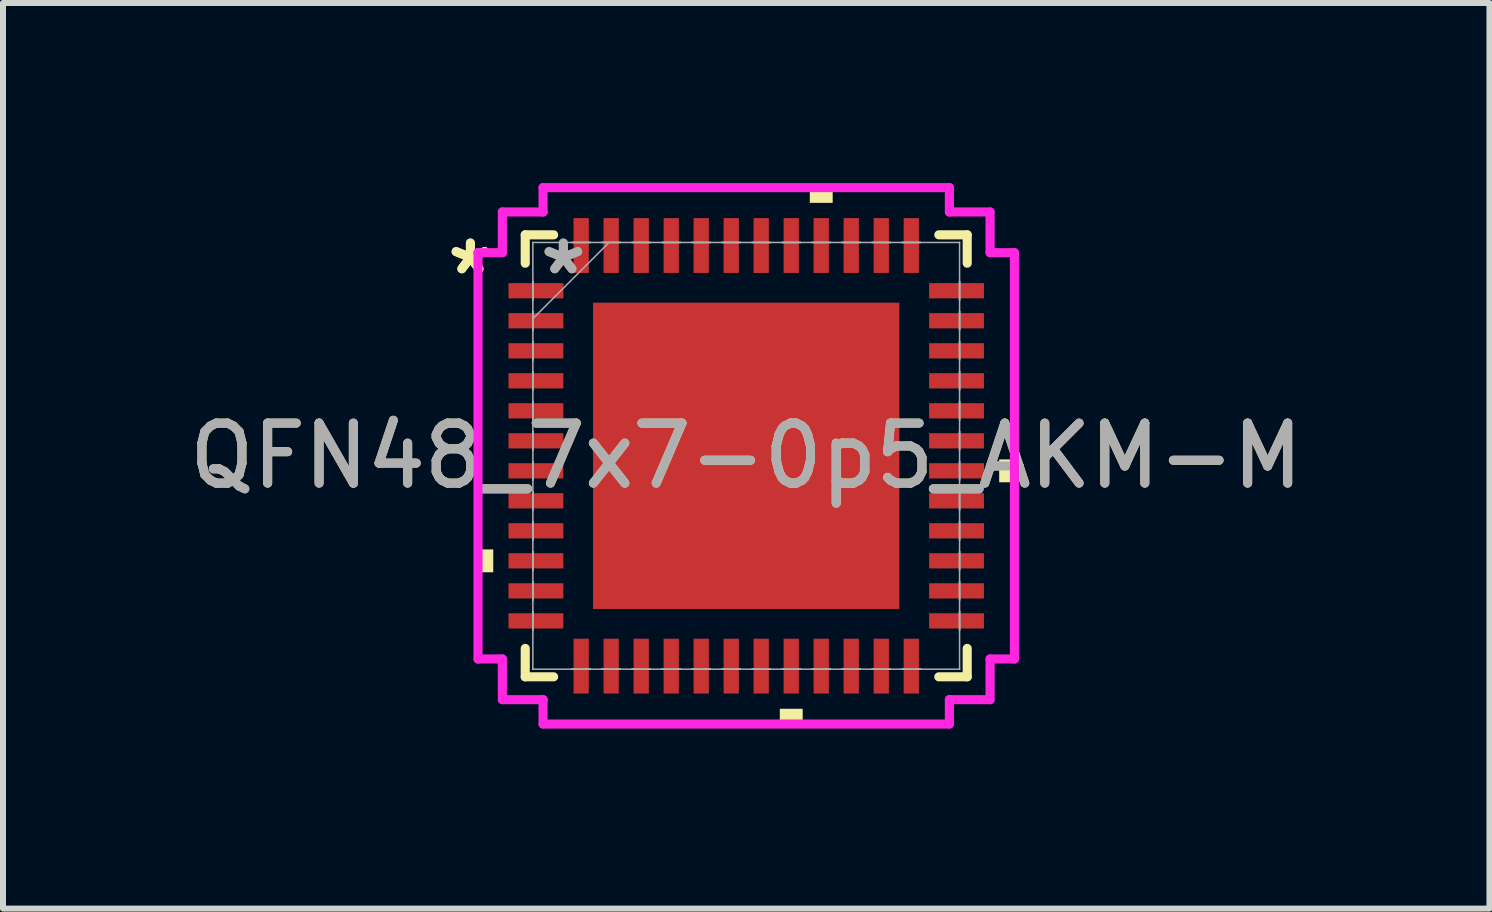
<source format=kicad_pcb>
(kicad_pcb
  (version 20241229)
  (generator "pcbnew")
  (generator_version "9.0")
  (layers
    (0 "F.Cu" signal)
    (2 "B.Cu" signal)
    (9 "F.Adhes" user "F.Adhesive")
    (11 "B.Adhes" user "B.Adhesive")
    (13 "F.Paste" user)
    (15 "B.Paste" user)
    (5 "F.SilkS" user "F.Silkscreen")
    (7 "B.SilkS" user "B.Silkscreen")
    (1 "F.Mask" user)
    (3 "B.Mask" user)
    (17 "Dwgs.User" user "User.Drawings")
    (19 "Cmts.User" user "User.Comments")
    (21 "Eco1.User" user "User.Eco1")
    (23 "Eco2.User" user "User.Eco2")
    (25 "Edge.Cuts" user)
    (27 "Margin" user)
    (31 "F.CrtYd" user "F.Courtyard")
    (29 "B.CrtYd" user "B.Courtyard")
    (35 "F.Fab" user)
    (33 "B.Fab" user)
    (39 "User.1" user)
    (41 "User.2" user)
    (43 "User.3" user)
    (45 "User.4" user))
  (footprint "QFN48_7x7-0p5_AKM-M"
    (layer "F.Cu")
    (at 9.387 4.547)
    (property "Reference" "QFN48_7x7-0p5_AKM-M" (at 0 0 0) (unlocked yes) (layer "F.SilkS") (effects (font (size 1 1) (thickness 0.15))))
    (attr smd)
    (fp_line (start -3.683 -3.683) (end -3.683 -3.21) (stroke (width 0.152) (type solid)) (layer "F.SilkS"))
    (fp_line (start -3.683 3.21) (end -3.683 3.683) (stroke (width 0.152) (type solid)) (layer "F.SilkS"))
    (fp_line (start -3.683 3.683) (end -3.21 3.683) (stroke (width 0.152) (type solid)) (layer "F.SilkS"))
    (fp_line (start -3.21 -3.683) (end -3.683 -3.683) (stroke (width 0.152) (type solid)) (layer "F.SilkS"))
    (fp_line (start 3.21 3.683) (end 3.683 3.683) (stroke (width 0.152) (type solid)) (layer "F.SilkS"))
    (fp_line (start 3.683 -3.683) (end 3.21 -3.683) (stroke (width 0.152) (type solid)) (layer "F.SilkS"))
    (fp_line (start 3.683 -3.21) (end 3.683 -3.683) (stroke (width 0.152) (type solid)) (layer "F.SilkS"))
    (fp_line (start 3.683 3.683) (end 3.683 3.21) (stroke (width 0.152) (type solid)) (layer "F.SilkS"))
    (fp_poly (pts (xy -4.47 1.56) (xy -4.47 1.941) (xy -4.216 1.941) (xy -4.216 1.56)) (stroke (width 0) (type solid)) (fill yes) (layer "F.SilkS"))
    (fp_poly (pts (xy 0.56 4.216) (xy 0.56 4.47) (xy 0.941 4.47) (xy 0.941 4.216)) (stroke (width 0) (type solid)) (fill yes) (layer "F.SilkS"))
    (fp_poly (pts (xy 1.06 -4.216) (xy 1.06 -4.47) (xy 1.441 -4.47) (xy 1.441 -4.216)) (stroke (width 0) (type solid)) (fill yes) (layer "F.SilkS"))
    (fp_poly (pts (xy 4.47 0.06) (xy 4.47 0.441) (xy 4.216 0.441) (xy 4.216 0.06)) (stroke (width 0) (type solid)) (fill yes) (layer "F.SilkS"))
    (fp_poly (pts (xy -2.453 -2.453) (xy -2.453 -1.376) (xy -1.376 -1.376) (xy -1.376 -2.453)) (stroke (width 0) (type solid)) (fill yes) (layer "F.Paste"))
    (fp_poly (pts (xy -2.453 -1.176) (xy -2.453 -0.1) (xy -1.376 -0.1) (xy -1.376 -1.176)) (stroke (width 0) (type solid)) (fill yes) (layer "F.Paste"))
    (fp_poly (pts (xy -2.453 0.1) (xy -2.453 1.176) (xy -1.376 1.176) (xy -1.376 0.1)) (stroke (width 0) (type solid)) (fill yes) (layer "F.Paste"))
    (fp_poly (pts (xy -2.453 1.376) (xy -2.453 2.453) (xy -1.376 2.453) (xy -1.376 1.376)) (stroke (width 0) (type solid)) (fill yes) (layer "F.Paste"))
    (fp_poly (pts (xy -1.176 -2.453) (xy -1.176 -1.376) (xy -0.1 -1.376) (xy -0.1 -2.453)) (stroke (width 0) (type solid)) (fill yes) (layer "F.Paste"))
    (fp_poly (pts (xy -1.176 -1.176) (xy -1.176 -0.1) (xy -0.1 -0.1) (xy -0.1 -1.176)) (stroke (width 0) (type solid)) (fill yes) (layer "F.Paste"))
    (fp_poly (pts (xy -1.176 0.1) (xy -1.176 1.176) (xy -0.1 1.176) (xy -0.1 0.1)) (stroke (width 0) (type solid)) (fill yes) (layer "F.Paste"))
    (fp_poly (pts (xy -1.176 1.376) (xy -1.176 2.453) (xy -0.1 2.453) (xy -0.1 1.376)) (stroke (width 0) (type solid)) (fill yes) (layer "F.Paste"))
    (fp_poly (pts (xy 0.1 -2.453) (xy 0.1 -1.376) (xy 1.176 -1.376) (xy 1.176 -2.453)) (stroke (width 0) (type solid)) (fill yes) (layer "F.Paste"))
    (fp_poly (pts (xy 0.1 -1.176) (xy 0.1 -0.1) (xy 1.176 -0.1) (xy 1.176 -1.176)) (stroke (width 0) (type solid)) (fill yes) (layer "F.Paste"))
    (fp_poly (pts (xy 0.1 0.1) (xy 0.1 1.176) (xy 1.176 1.176) (xy 1.176 0.1)) (stroke (width 0) (type solid)) (fill yes) (layer "F.Paste"))
    (fp_poly (pts (xy 0.1 1.376) (xy 0.1 2.453) (xy 1.176 2.453) (xy 1.176 1.376)) (stroke (width 0) (type solid)) (fill yes) (layer "F.Paste"))
    (fp_poly (pts (xy 1.376 -2.453) (xy 1.376 -1.376) (xy 2.453 -1.376) (xy 2.453 -2.453)) (stroke (width 0) (type solid)) (fill yes) (layer "F.Paste"))
    (fp_poly (pts (xy 1.376 -1.176) (xy 1.376 -0.1) (xy 2.453 -0.1) (xy 2.453 -1.176)) (stroke (width 0) (type solid)) (fill yes) (layer "F.Paste"))
    (fp_poly (pts (xy 1.376 0.1) (xy 1.376 1.176) (xy 2.453 1.176) (xy 2.453 0.1)) (stroke (width 0) (type solid)) (fill yes) (layer "F.Paste"))
    (fp_poly (pts (xy 1.376 1.376) (xy 1.376 2.453) (xy 2.453 2.453) (xy 2.453 1.376)) (stroke (width 0) (type solid)) (fill yes) (layer "F.Paste"))
    (fp_line (start -4.47 -3.386) (end -4.064 -3.386) (stroke (width 0.152) (type solid)) (layer "F.CrtYd"))
    (fp_line (start -4.47 3.386) (end -4.47 -3.386) (stroke (width 0.152) (type solid)) (layer "F.CrtYd"))
    (fp_line (start -4.064 -4.064) (end -3.386 -4.064) (stroke (width 0.152) (type solid)) (layer "F.CrtYd"))
    (fp_line (start -4.064 -3.386) (end -4.064 -4.064) (stroke (width 0.152) (type solid)) (layer "F.CrtYd"))
    (fp_line (start -4.064 3.386) (end -4.47 3.386) (stroke (width 0.152) (type solid)) (layer "F.CrtYd"))
    (fp_line (start -4.064 4.064) (end -4.064 3.386) (stroke (width 0.152) (type solid)) (layer "F.CrtYd"))
    (fp_line (start -3.386 -4.47) (end 3.386 -4.47) (stroke (width 0.152) (type solid)) (layer "F.CrtYd"))
    (fp_line (start -3.386 -4.064) (end -3.386 -4.47) (stroke (width 0.152) (type solid)) (layer "F.CrtYd"))
    (fp_line (start -3.386 4.064) (end -4.064 4.064) (stroke (width 0.152) (type solid)) (layer "F.CrtYd"))
    (fp_line (start -3.386 4.47) (end -3.386 4.064) (stroke (width 0.152) (type solid)) (layer "F.CrtYd"))
    (fp_line (start 3.386 -4.47) (end 3.386 -4.064) (stroke (width 0.152) (type solid)) (layer "F.CrtYd"))
    (fp_line (start 3.386 -4.064) (end 4.064 -4.064) (stroke (width 0.152) (type solid)) (layer "F.CrtYd"))
    (fp_line (start 3.386 4.064) (end 3.386 4.47) (stroke (width 0.152) (type solid)) (layer "F.CrtYd"))
    (fp_line (start 3.386 4.47) (end -3.386 4.47) (stroke (width 0.152) (type solid)) (layer "F.CrtYd"))
    (fp_line (start 4.064 -4.064) (end 4.064 -3.386) (stroke (width 0.152) (type solid)) (layer "F.CrtYd"))
    (fp_line (start 4.064 -3.386) (end 4.47 -3.386) (stroke (width 0.152) (type solid)) (layer "F.CrtYd"))
    (fp_line (start 4.064 3.386) (end 4.064 4.064) (stroke (width 0.152) (type solid)) (layer "F.CrtYd"))
    (fp_line (start 4.064 4.064) (end 3.386 4.064) (stroke (width 0.152) (type solid)) (layer "F.CrtYd"))
    (fp_line (start 4.47 -3.386) (end 4.47 3.386) (stroke (width 0.152) (type solid)) (layer "F.CrtYd"))
    (fp_line (start 4.47 3.386) (end 4.064 3.386) (stroke (width 0.152) (type solid)) (layer "F.CrtYd"))
    (fp_line (start -3.556 -3.556) (end -3.556 -3.556) (stroke (width 0.025) (type solid)) (layer "F.Fab"))
    (fp_line (start -3.556 -3.556) (end -3.556 3.556) (stroke (width 0.025) (type solid)) (layer "F.Fab"))
    (fp_line (start -3.556 -2.903) (end -3.556 -2.903) (stroke (width 0.025) (type solid)) (layer "F.Fab"))
    (fp_line (start -3.556 -2.903) (end -3.556 -2.598) (stroke (width 0.025) (type solid)) (layer "F.Fab"))
    (fp_line (start -3.556 -2.598) (end -3.556 -2.903) (stroke (width 0.025) (type solid)) (layer "F.Fab"))
    (fp_line (start -3.556 -2.598) (end -3.556 -2.598) (stroke (width 0.025) (type solid)) (layer "F.Fab"))
    (fp_line (start -3.556 -2.403) (end -3.556 -2.403) (stroke (width 0.025) (type solid)) (layer "F.Fab"))
    (fp_line (start -3.556 -2.403) (end -3.556 -2.098) (stroke (width 0.025) (type solid)) (layer "F.Fab"))
    (fp_line (start -3.556 -2.286) (end -2.286 -3.556) (stroke (width 0.025) (type solid)) (layer "F.Fab"))
    (fp_line (start -3.556 -2.098) (end -3.556 -2.403) (stroke (width 0.025) (type solid)) (layer "F.Fab"))
    (fp_line (start -3.556 -2.098) (end -3.556 -2.098) (stroke (width 0.025) (type solid)) (layer "F.Fab"))
    (fp_line (start -3.556 -1.903) (end -3.556 -1.903) (stroke (width 0.025) (type solid)) (layer "F.Fab"))
    (fp_line (start -3.556 -1.903) (end -3.556 -1.598) (stroke (width 0.025) (type solid)) (layer "F.Fab"))
    (fp_line (start -3.556 -1.598) (end -3.556 -1.903) (stroke (width 0.025) (type solid)) (layer "F.Fab"))
    (fp_line (start -3.556 -1.598) (end -3.556 -1.598) (stroke (width 0.025) (type solid)) (layer "F.Fab"))
    (fp_line (start -3.556 -1.403) (end -3.556 -1.403) (stroke (width 0.025) (type solid)) (layer "F.Fab"))
    (fp_line (start -3.556 -1.403) (end -3.556 -1.098) (stroke (width 0.025) (type solid)) (layer "F.Fab"))
    (fp_line (start -3.556 -1.098) (end -3.556 -1.403) (stroke (width 0.025) (type solid)) (layer "F.Fab"))
    (fp_line (start -3.556 -1.098) (end -3.556 -1.098) (stroke (width 0.025) (type solid)) (layer "F.Fab"))
    (fp_line (start -3.556 -0.903) (end -3.556 -0.903) (stroke (width 0.025) (type solid)) (layer "F.Fab"))
    (fp_line (start -3.556 -0.903) (end -3.556 -0.598) (stroke (width 0.025) (type solid)) (layer "F.Fab"))
    (fp_line (start -3.556 -0.598) (end -3.556 -0.903) (stroke (width 0.025) (type solid)) (layer "F.Fab"))
    (fp_line (start -3.556 -0.598) (end -3.556 -0.598) (stroke (width 0.025) (type solid)) (layer "F.Fab"))
    (fp_line (start -3.556 -0.402) (end -3.556 -0.402) (stroke (width 0.025) (type solid)) (layer "F.Fab"))
    (fp_line (start -3.556 -0.402) (end -3.556 -0.098) (stroke (width 0.025) (type solid)) (layer "F.Fab"))
    (fp_line (start -3.556 -0.098) (end -3.556 -0.402) (stroke (width 0.025) (type solid)) (layer "F.Fab"))
    (fp_line (start -3.556 -0.098) (end -3.556 -0.098) (stroke (width 0.025) (type solid)) (layer "F.Fab"))
    (fp_line (start -3.556 0.098) (end -3.556 0.098) (stroke (width 0.025) (type solid)) (layer "F.Fab"))
    (fp_line (start -3.556 0.098) (end -3.556 0.402) (stroke (width 0.025) (type solid)) (layer "F.Fab"))
    (fp_line (start -3.556 0.402) (end -3.556 0.098) (stroke (width 0.025) (type solid)) (layer "F.Fab"))
    (fp_line (start -3.556 0.402) (end -3.556 0.402) (stroke (width 0.025) (type solid)) (layer "F.Fab"))
    (fp_line (start -3.556 0.598) (end -3.556 0.598) (stroke (width 0.025) (type solid)) (layer "F.Fab"))
    (fp_line (start -3.556 0.598) (end -3.556 0.903) (stroke (width 0.025) (type solid)) (layer "F.Fab"))
    (fp_line (start -3.556 0.903) (end -3.556 0.598) (stroke (width 0.025) (type solid)) (layer "F.Fab"))
    (fp_line (start -3.556 0.903) (end -3.556 0.903) (stroke (width 0.025) (type solid)) (layer "F.Fab"))
    (fp_line (start -3.556 1.098) (end -3.556 1.098) (stroke (width 0.025) (type solid)) (layer "F.Fab"))
    (fp_line (start -3.556 1.098) (end -3.556 1.403) (stroke (width 0.025) (type solid)) (layer "F.Fab"))
    (fp_line (start -3.556 1.403) (end -3.556 1.098) (stroke (width 0.025) (type solid)) (layer "F.Fab"))
    (fp_line (start -3.556 1.403) (end -3.556 1.403) (stroke (width 0.025) (type solid)) (layer "F.Fab"))
    (fp_line (start -3.556 1.598) (end -3.556 1.598) (stroke (width 0.025) (type solid)) (layer "F.Fab"))
    (fp_line (start -3.556 1.598) (end -3.556 1.903) (stroke (width 0.025) (type solid)) (layer "F.Fab"))
    (fp_line (start -3.556 1.903) (end -3.556 1.598) (stroke (width 0.025) (type solid)) (layer "F.Fab"))
    (fp_line (start -3.556 1.903) (end -3.556 1.903) (stroke (width 0.025) (type solid)) (layer "F.Fab"))
    (fp_line (start -3.556 2.098) (end -3.556 2.098) (stroke (width 0.025) (type solid)) (layer "F.Fab"))
    (fp_line (start -3.556 2.098) (end -3.556 2.403) (stroke (width 0.025) (type solid)) (layer "F.Fab"))
    (fp_line (start -3.556 2.403) (end -3.556 2.098) (stroke (width 0.025) (type solid)) (layer "F.Fab"))
    (fp_line (start -3.556 2.403) (end -3.556 2.403) (stroke (width 0.025) (type solid)) (layer "F.Fab"))
    (fp_line (start -3.556 2.598) (end -3.556 2.598) (stroke (width 0.025) (type solid)) (layer "F.Fab"))
    (fp_line (start -3.556 2.598) (end -3.556 2.903) (stroke (width 0.025) (type solid)) (layer "F.Fab"))
    (fp_line (start -3.556 2.903) (end -3.556 2.598) (stroke (width 0.025) (type solid)) (layer "F.Fab"))
    (fp_line (start -3.556 2.903) (end -3.556 2.903) (stroke (width 0.025) (type solid)) (layer "F.Fab"))
    (fp_line (start -3.556 3.556) (end -3.556 3.556) (stroke (width 0.025) (type solid)) (layer "F.Fab"))
    (fp_line (start -3.556 3.556) (end 3.556 3.556) (stroke (width 0.025) (type solid)) (layer "F.Fab"))
    (fp_line (start -2.903 -3.556) (end -2.903 -3.556) (stroke (width 0.025) (type solid)) (layer "F.Fab"))
    (fp_line (start -2.903 -3.556) (end -2.598 -3.556) (stroke (width 0.025) (type solid)) (layer "F.Fab"))
    (fp_line (start -2.903 3.556) (end -2.903 3.556) (stroke (width 0.025) (type solid)) (layer "F.Fab"))
    (fp_line (start -2.903 3.556) (end -2.598 3.556) (stroke (width 0.025) (type solid)) (layer "F.Fab"))
    (fp_line (start -2.598 -3.556) (end -2.903 -3.556) (stroke (width 0.025) (type solid)) (layer "F.Fab"))
    (fp_line (start -2.598 -3.556) (end -2.598 -3.556) (stroke (width 0.025) (type solid)) (layer "F.Fab"))
    (fp_line (start -2.598 3.556) (end -2.903 3.556) (stroke (width 0.025) (type solid)) (layer "F.Fab"))
    (fp_line (start -2.598 3.556) (end -2.598 3.556) (stroke (width 0.025) (type solid)) (layer "F.Fab"))
    (fp_line (start -2.403 -3.556) (end -2.403 -3.556) (stroke (width 0.025) (type solid)) (layer "F.Fab"))
    (fp_line (start -2.403 -3.556) (end -2.098 -3.556) (stroke (width 0.025) (type solid)) (layer "F.Fab"))
    (fp_line (start -2.403 3.556) (end -2.403 3.556) (stroke (width 0.025) (type solid)) (layer "F.Fab"))
    (fp_line (start -2.403 3.556) (end -2.098 3.556) (stroke (width 0.025) (type solid)) (layer "F.Fab"))
    (fp_line (start -2.098 -3.556) (end -2.403 -3.556) (stroke (width 0.025) (type solid)) (layer "F.Fab"))
    (fp_line (start -2.098 -3.556) (end -2.098 -3.556) (stroke (width 0.025) (type solid)) (layer "F.Fab"))
    (fp_line (start -2.098 3.556) (end -2.403 3.556) (stroke (width 0.025) (type solid)) (layer "F.Fab"))
    (fp_line (start -2.098 3.556) (end -2.098 3.556) (stroke (width 0.025) (type solid)) (layer "F.Fab"))
    (fp_line (start -1.903 -3.556) (end -1.903 -3.556) (stroke (width 0.025) (type solid)) (layer "F.Fab"))
    (fp_line (start -1.903 -3.556) (end -1.598 -3.556) (stroke (width 0.025) (type solid)) (layer "F.Fab"))
    (fp_line (start -1.903 3.556) (end -1.903 3.556) (stroke (width 0.025) (type solid)) (layer "F.Fab"))
    (fp_line (start -1.903 3.556) (end -1.598 3.556) (stroke (width 0.025) (type solid)) (layer "F.Fab"))
    (fp_line (start -1.598 -3.556) (end -1.903 -3.556) (stroke (width 0.025) (type solid)) (layer "F.Fab"))
    (fp_line (start -1.598 -3.556) (end -1.598 -3.556) (stroke (width 0.025) (type solid)) (layer "F.Fab"))
    (fp_line (start -1.598 3.556) (end -1.903 3.556) (stroke (width 0.025) (type solid)) (layer "F.Fab"))
    (fp_line (start -1.598 3.556) (end -1.598 3.556) (stroke (width 0.025) (type solid)) (layer "F.Fab"))
    (fp_line (start -1.403 -3.556) (end -1.403 -3.556) (stroke (width 0.025) (type solid)) (layer "F.Fab"))
    (fp_line (start -1.403 -3.556) (end -1.098 -3.556) (stroke (width 0.025) (type solid)) (layer "F.Fab"))
    (fp_line (start -1.403 3.556) (end -1.403 3.556) (stroke (width 0.025) (type solid)) (layer "F.Fab"))
    (fp_line (start -1.403 3.556) (end -1.098 3.556) (stroke (width 0.025) (type solid)) (layer "F.Fab"))
    (fp_line (start -1.098 -3.556) (end -1.403 -3.556) (stroke (width 0.025) (type solid)) (layer "F.Fab"))
    (fp_line (start -1.098 -3.556) (end -1.098 -3.556) (stroke (width 0.025) (type solid)) (layer "F.Fab"))
    (fp_line (start -1.098 3.556) (end -1.403 3.556) (stroke (width 0.025) (type solid)) (layer "F.Fab"))
    (fp_line (start -1.098 3.556) (end -1.098 3.556) (stroke (width 0.025) (type solid)) (layer "F.Fab"))
    (fp_line (start -0.903 -3.556) (end -0.903 -3.556) (stroke (width 0.025) (type solid)) (layer "F.Fab"))
    (fp_line (start -0.903 -3.556) (end -0.598 -3.556) (stroke (width 0.025) (type solid)) (layer "F.Fab"))
    (fp_line (start -0.903 3.556) (end -0.903 3.556) (stroke (width 0.025) (type solid)) (layer "F.Fab"))
    (fp_line (start -0.903 3.556) (end -0.598 3.556) (stroke (width 0.025) (type solid)) (layer "F.Fab"))
    (fp_line (start -0.598 -3.556) (end -0.903 -3.556) (stroke (width 0.025) (type solid)) (layer "F.Fab"))
    (fp_line (start -0.598 -3.556) (end -0.598 -3.556) (stroke (width 0.025) (type solid)) (layer "F.Fab"))
    (fp_line (start -0.598 3.556) (end -0.903 3.556) (stroke (width 0.025) (type solid)) (layer "F.Fab"))
    (fp_line (start -0.598 3.556) (end -0.598 3.556) (stroke (width 0.025) (type solid)) (layer "F.Fab"))
    (fp_line (start -0.402 -3.556) (end -0.402 -3.556) (stroke (width 0.025) (type solid)) (layer "F.Fab"))
    (fp_line (start -0.402 -3.556) (end -0.098 -3.556) (stroke (width 0.025) (type solid)) (layer "F.Fab"))
    (fp_line (start -0.402 3.556) (end -0.402 3.556) (stroke (width 0.025) (type solid)) (layer "F.Fab"))
    (fp_line (start -0.402 3.556) (end -0.098 3.556) (stroke (width 0.025) (type solid)) (layer "F.Fab"))
    (fp_line (start -0.098 -3.556) (end -0.402 -3.556) (stroke (width 0.025) (type solid)) (layer "F.Fab"))
    (fp_line (start -0.098 -3.556) (end -0.098 -3.556) (stroke (width 0.025) (type solid)) (layer "F.Fab"))
    (fp_line (start -0.098 3.556) (end -0.402 3.556) (stroke (width 0.025) (type solid)) (layer "F.Fab"))
    (fp_line (start -0.098 3.556) (end -0.098 3.556) (stroke (width 0.025) (type solid)) (layer "F.Fab"))
    (fp_line (start 0.098 -3.556) (end 0.098 -3.556) (stroke (width 0.025) (type solid)) (layer "F.Fab"))
    (fp_line (start 0.098 -3.556) (end 0.402 -3.556) (stroke (width 0.025) (type solid)) (layer "F.Fab"))
    (fp_line (start 0.098 3.556) (end 0.098 3.556) (stroke (width 0.025) (type solid)) (layer "F.Fab"))
    (fp_line (start 0.098 3.556) (end 0.402 3.556) (stroke (width 0.025) (type solid)) (layer "F.Fab"))
    (fp_line (start 0.402 -3.556) (end 0.098 -3.556) (stroke (width 0.025) (type solid)) (layer "F.Fab"))
    (fp_line (start 0.402 -3.556) (end 0.402 -3.556) (stroke (width 0.025) (type solid)) (layer "F.Fab"))
    (fp_line (start 0.402 3.556) (end 0.098 3.556) (stroke (width 0.025) (type solid)) (layer "F.Fab"))
    (fp_line (start 0.402 3.556) (end 0.402 3.556) (stroke (width 0.025) (type solid)) (layer "F.Fab"))
    (fp_line (start 0.598 -3.556) (end 0.598 -3.556) (stroke (width 0.025) (type solid)) (layer "F.Fab"))
    (fp_line (start 0.598 -3.556) (end 0.903 -3.556) (stroke (width 0.025) (type solid)) (layer "F.Fab"))
    (fp_line (start 0.598 3.556) (end 0.598 3.556) (stroke (width 0.025) (type solid)) (layer "F.Fab"))
    (fp_line (start 0.598 3.556) (end 0.903 3.556) (stroke (width 0.025) (type solid)) (layer "F.Fab"))
    (fp_line (start 0.903 -3.556) (end 0.598 -3.556) (stroke (width 0.025) (type solid)) (layer "F.Fab"))
    (fp_line (start 0.903 -3.556) (end 0.903 -3.556) (stroke (width 0.025) (type solid)) (layer "F.Fab"))
    (fp_line (start 0.903 3.556) (end 0.598 3.556) (stroke (width 0.025) (type solid)) (layer "F.Fab"))
    (fp_line (start 0.903 3.556) (end 0.903 3.556) (stroke (width 0.025) (type solid)) (layer "F.Fab"))
    (fp_line (start 1.098 -3.556) (end 1.098 -3.556) (stroke (width 0.025) (type solid)) (layer "F.Fab"))
    (fp_line (start 1.098 -3.556) (end 1.403 -3.556) (stroke (width 0.025) (type solid)) (layer "F.Fab"))
    (fp_line (start 1.098 3.556) (end 1.098 3.556) (stroke (width 0.025) (type solid)) (layer "F.Fab"))
    (fp_line (start 1.098 3.556) (end 1.403 3.556) (stroke (width 0.025) (type solid)) (layer "F.Fab"))
    (fp_line (start 1.403 -3.556) (end 1.098 -3.556) (stroke (width 0.025) (type solid)) (layer "F.Fab"))
    (fp_line (start 1.403 -3.556) (end 1.403 -3.556) (stroke (width 0.025) (type solid)) (layer "F.Fab"))
    (fp_line (start 1.403 3.556) (end 1.098 3.556) (stroke (width 0.025) (type solid)) (layer "F.Fab"))
    (fp_line (start 1.403 3.556) (end 1.403 3.556) (stroke (width 0.025) (type solid)) (layer "F.Fab"))
    (fp_line (start 1.598 -3.556) (end 1.598 -3.556) (stroke (width 0.025) (type solid)) (layer "F.Fab"))
    (fp_line (start 1.598 -3.556) (end 1.903 -3.556) (stroke (width 0.025) (type solid)) (layer "F.Fab"))
    (fp_line (start 1.598 3.556) (end 1.598 3.556) (stroke (width 0.025) (type solid)) (layer "F.Fab"))
    (fp_line (start 1.598 3.556) (end 1.903 3.556) (stroke (width 0.025) (type solid)) (layer "F.Fab"))
    (fp_line (start 1.903 -3.556) (end 1.598 -3.556) (stroke (width 0.025) (type solid)) (layer "F.Fab"))
    (fp_line (start 1.903 -3.556) (end 1.903 -3.556) (stroke (width 0.025) (type solid)) (layer "F.Fab"))
    (fp_line (start 1.903 3.556) (end 1.598 3.556) (stroke (width 0.025) (type solid)) (layer "F.Fab"))
    (fp_line (start 1.903 3.556) (end 1.903 3.556) (stroke (width 0.025) (type solid)) (layer "F.Fab"))
    (fp_line (start 2.098 -3.556) (end 2.098 -3.556) (stroke (width 0.025) (type solid)) (layer "F.Fab"))
    (fp_line (start 2.098 -3.556) (end 2.403 -3.556) (stroke (width 0.025) (type solid)) (layer "F.Fab"))
    (fp_line (start 2.098 3.556) (end 2.098 3.556) (stroke (width 0.025) (type solid)) (layer "F.Fab"))
    (fp_line (start 2.098 3.556) (end 2.403 3.556) (stroke (width 0.025) (type solid)) (layer "F.Fab"))
    (fp_line (start 2.403 -3.556) (end 2.098 -3.556) (stroke (width 0.025) (type solid)) (layer "F.Fab"))
    (fp_line (start 2.403 -3.556) (end 2.403 -3.556) (stroke (width 0.025) (type solid)) (layer "F.Fab"))
    (fp_line (start 2.403 3.556) (end 2.098 3.556) (stroke (width 0.025) (type solid)) (layer "F.Fab"))
    (fp_line (start 2.403 3.556) (end 2.403 3.556) (stroke (width 0.025) (type solid)) (layer "F.Fab"))
    (fp_line (start 2.598 -3.556) (end 2.598 -3.556) (stroke (width 0.025) (type solid)) (layer "F.Fab"))
    (fp_line (start 2.598 -3.556) (end 2.903 -3.556) (stroke (width 0.025) (type solid)) (layer "F.Fab"))
    (fp_line (start 2.598 3.556) (end 2.598 3.556) (stroke (width 0.025) (type solid)) (layer "F.Fab"))
    (fp_line (start 2.598 3.556) (end 2.903 3.556) (stroke (width 0.025) (type solid)) (layer "F.Fab"))
    (fp_line (start 2.903 -3.556) (end 2.598 -3.556) (stroke (width 0.025) (type solid)) (layer "F.Fab"))
    (fp_line (start 2.903 -3.556) (end 2.903 -3.556) (stroke (width 0.025) (type solid)) (layer "F.Fab"))
    (fp_line (start 2.903 3.556) (end 2.598 3.556) (stroke (width 0.025) (type solid)) (layer "F.Fab"))
    (fp_line (start 2.903 3.556) (end 2.903 3.556) (stroke (width 0.025) (type solid)) (layer "F.Fab"))
    (fp_line (start 3.556 -3.556) (end -3.556 -3.556) (stroke (width 0.025) (type solid)) (layer "F.Fab"))
    (fp_line (start 3.556 -3.556) (end 3.556 -3.556) (stroke (width 0.025) (type solid)) (layer "F.Fab"))
    (fp_line (start 3.556 -2.903) (end 3.556 -2.903) (stroke (width 0.025) (type solid)) (layer "F.Fab"))
    (fp_line (start 3.556 -2.903) (end 3.556 -2.598) (stroke (width 0.025) (type solid)) (layer "F.Fab"))
    (fp_line (start 3.556 -2.598) (end 3.556 -2.903) (stroke (width 0.025) (type solid)) (layer "F.Fab"))
    (fp_line (start 3.556 -2.598) (end 3.556 -2.598) (stroke (width 0.025) (type solid)) (layer "F.Fab"))
    (fp_line (start 3.556 -2.403) (end 3.556 -2.403) (stroke (width 0.025) (type solid)) (layer "F.Fab"))
    (fp_line (start 3.556 -2.403) (end 3.556 -2.098) (stroke (width 0.025) (type solid)) (layer "F.Fab"))
    (fp_line (start 3.556 -2.098) (end 3.556 -2.403) (stroke (width 0.025) (type solid)) (layer "F.Fab"))
    (fp_line (start 3.556 -2.098) (end 3.556 -2.098) (stroke (width 0.025) (type solid)) (layer "F.Fab"))
    (fp_line (start 3.556 -1.903) (end 3.556 -1.903) (stroke (width 0.025) (type solid)) (layer "F.Fab"))
    (fp_line (start 3.556 -1.903) (end 3.556 -1.598) (stroke (width 0.025) (type solid)) (layer "F.Fab"))
    (fp_line (start 3.556 -1.598) (end 3.556 -1.903) (stroke (width 0.025) (type solid)) (layer "F.Fab"))
    (fp_line (start 3.556 -1.598) (end 3.556 -1.598) (stroke (width 0.025) (type solid)) (layer "F.Fab"))
    (fp_line (start 3.556 -1.403) (end 3.556 -1.403) (stroke (width 0.025) (type solid)) (layer "F.Fab"))
    (fp_line (start 3.556 -1.403) (end 3.556 -1.098) (stroke (width 0.025) (type solid)) (layer "F.Fab"))
    (fp_line (start 3.556 -1.098) (end 3.556 -1.403) (stroke (width 0.025) (type solid)) (layer "F.Fab"))
    (fp_line (start 3.556 -1.098) (end 3.556 -1.098) (stroke (width 0.025) (type solid)) (layer "F.Fab"))
    (fp_line (start 3.556 -0.903) (end 3.556 -0.903) (stroke (width 0.025) (type solid)) (layer "F.Fab"))
    (fp_line (start 3.556 -0.903) (end 3.556 -0.598) (stroke (width 0.025) (type solid)) (layer "F.Fab"))
    (fp_line (start 3.556 -0.598) (end 3.556 -0.903) (stroke (width 0.025) (type solid)) (layer "F.Fab"))
    (fp_line (start 3.556 -0.598) (end 3.556 -0.598) (stroke (width 0.025) (type solid)) (layer "F.Fab"))
    (fp_line (start 3.556 -0.402) (end 3.556 -0.402) (stroke (width 0.025) (type solid)) (layer "F.Fab"))
    (fp_line (start 3.556 -0.402) (end 3.556 -0.098) (stroke (width 0.025) (type solid)) (layer "F.Fab"))
    (fp_line (start 3.556 -0.098) (end 3.556 -0.402) (stroke (width 0.025) (type solid)) (layer "F.Fab"))
    (fp_line (start 3.556 -0.098) (end 3.556 -0.098) (stroke (width 0.025) (type solid)) (layer "F.Fab"))
    (fp_line (start 3.556 0.098) (end 3.556 0.098) (stroke (width 0.025) (type solid)) (layer "F.Fab"))
    (fp_line (start 3.556 0.098) (end 3.556 0.402) (stroke (width 0.025) (type solid)) (layer "F.Fab"))
    (fp_line (start 3.556 0.402) (end 3.556 0.098) (stroke (width 0.025) (type solid)) (layer "F.Fab"))
    (fp_line (start 3.556 0.402) (end 3.556 0.402) (stroke (width 0.025) (type solid)) (layer "F.Fab"))
    (fp_line (start 3.556 0.598) (end 3.556 0.598) (stroke (width 0.025) (type solid)) (layer "F.Fab"))
    (fp_line (start 3.556 0.598) (end 3.556 0.903) (stroke (width 0.025) (type solid)) (layer "F.Fab"))
    (fp_line (start 3.556 0.903) (end 3.556 0.598) (stroke (width 0.025) (type solid)) (layer "F.Fab"))
    (fp_line (start 3.556 0.903) (end 3.556 0.903) (stroke (width 0.025) (type solid)) (layer "F.Fab"))
    (fp_line (start 3.556 1.098) (end 3.556 1.098) (stroke (width 0.025) (type solid)) (layer "F.Fab"))
    (fp_line (start 3.556 1.098) (end 3.556 1.403) (stroke (width 0.025) (type solid)) (layer "F.Fab"))
    (fp_line (start 3.556 1.403) (end 3.556 1.098) (stroke (width 0.025) (type solid)) (layer "F.Fab"))
    (fp_line (start 3.556 1.403) (end 3.556 1.403) (stroke (width 0.025) (type solid)) (layer "F.Fab"))
    (fp_line (start 3.556 1.598) (end 3.556 1.598) (stroke (width 0.025) (type solid)) (layer "F.Fab"))
    (fp_line (start 3.556 1.598) (end 3.556 1.903) (stroke (width 0.025) (type solid)) (layer "F.Fab"))
    (fp_line (start 3.556 1.903) (end 3.556 1.598) (stroke (width 0.025) (type solid)) (layer "F.Fab"))
    (fp_line (start 3.556 1.903) (end 3.556 1.903) (stroke (width 0.025) (type solid)) (layer "F.Fab"))
    (fp_line (start 3.556 2.098) (end 3.556 2.098) (stroke (width 0.025) (type solid)) (layer "F.Fab"))
    (fp_line (start 3.556 2.098) (end 3.556 2.403) (stroke (width 0.025) (type solid)) (layer "F.Fab"))
    (fp_line (start 3.556 2.403) (end 3.556 2.098) (stroke (width 0.025) (type solid)) (layer "F.Fab"))
    (fp_line (start 3.556 2.403) (end 3.556 2.403) (stroke (width 0.025) (type solid)) (layer "F.Fab"))
    (fp_line (start 3.556 2.598) (end 3.556 2.598) (stroke (width 0.025) (type solid)) (layer "F.Fab"))
    (fp_line (start 3.556 2.598) (end 3.556 2.903) (stroke (width 0.025) (type solid)) (layer "F.Fab"))
    (fp_line (start 3.556 2.903) (end 3.556 2.598) (stroke (width 0.025) (type solid)) (layer "F.Fab"))
    (fp_line (start 3.556 2.903) (end 3.556 2.903) (stroke (width 0.025) (type solid)) (layer "F.Fab"))
    (fp_line (start 3.556 3.556) (end 3.556 -3.556) (stroke (width 0.025) (type solid)) (layer "F.Fab"))
    (fp_line (start 3.556 3.556) (end 3.556 3.556) (stroke (width 0.025) (type solid)) (layer "F.Fab"))
    (fp_text user "*" (at -4.597 -3.001 0) (unlocked yes) (layer "F.SilkS") (effects (font (size 1 1) (thickness 0.15))))
    (fp_text user "*" (at -4.597 -3.001 0) (layer "F.SilkS") (effects (font (size 1 1) (thickness 0.15))))
    (fp_text user "${REFERENCE}" (at 0 0 0) (unlocked yes) (layer "F.Fab") (effects (font (size 1 1) (thickness 0.15))))
    (fp_text user "*" (at -3.048 -3.001 0) (unlocked yes) (layer "F.Fab") (effects (font (size 1 1) (thickness 0.15))))
    (fp_text user "*" (at -3.048 -3.001 0) (layer "F.Fab") (effects (font (size 1 1) (thickness 0.15))))
    (pad "1" smd rect (at -3.505 -2.751 90) (size 0.254 0.914) (layers "F.Cu" "F.Mask" "F.Paste"))
    (pad "2" smd rect (at -3.505 -2.251 90) (size 0.254 0.914) (layers "F.Cu" "F.Mask" "F.Paste"))
    (pad "3" smd rect (at -3.505 -1.75 90) (size 0.254 0.914) (layers "F.Cu" "F.Mask" "F.Paste"))
    (pad "4" smd rect (at -3.505 -1.25 90) (size 0.254 0.914) (layers "F.Cu" "F.Mask" "F.Paste"))
    (pad "5" smd rect (at -3.505 -0.75 90) (size 0.254 0.914) (layers "F.Cu" "F.Mask" "F.Paste"))
    (pad "6" smd rect (at -3.505 -0.25 90) (size 0.254 0.914) (layers "F.Cu" "F.Mask" "F.Paste"))
    (pad "7" smd rect (at -3.505 0.25 90) (size 0.254 0.914) (layers "F.Cu" "F.Mask" "F.Paste"))
    (pad "8" smd rect (at -3.505 0.75 90) (size 0.254 0.914) (layers "F.Cu" "F.Mask" "F.Paste"))
    (pad "9" smd rect (at -3.505 1.25 90) (size 0.254 0.914) (layers "F.Cu" "F.Mask" "F.Paste"))
    (pad "10" smd rect (at -3.505 1.75 90) (size 0.254 0.914) (layers "F.Cu" "F.Mask" "F.Paste"))
    (pad "11" smd rect (at -3.505 2.251 90) (size 0.254 0.914) (layers "F.Cu" "F.Mask" "F.Paste"))
    (pad "12" smd rect (at -3.505 2.751 90) (size 0.254 0.914) (layers "F.Cu" "F.Mask" "F.Paste"))
    (pad "13" smd rect (at -2.751 3.505) (size 0.254 0.914) (layers "F.Cu" "F.Mask" "F.Paste"))
    (pad "14" smd rect (at -2.251 3.505) (size 0.254 0.914) (layers "F.Cu" "F.Mask" "F.Paste"))
    (pad "15" smd rect (at -1.75 3.505) (size 0.254 0.914) (layers "F.Cu" "F.Mask" "F.Paste"))
    (pad "16" smd rect (at -1.25 3.505) (size 0.254 0.914) (layers "F.Cu" "F.Mask" "F.Paste"))
    (pad "17" smd rect (at -0.75 3.505) (size 0.254 0.914) (layers "F.Cu" "F.Mask" "F.Paste"))
    (pad "18" smd rect (at -0.25 3.505) (size 0.254 0.914) (layers "F.Cu" "F.Mask" "F.Paste"))
    (pad "19" smd rect (at 0.25 3.505) (size 0.254 0.914) (layers "F.Cu" "F.Mask" "F.Paste"))
    (pad "20" smd rect (at 0.75 3.505) (size 0.254 0.914) (layers "F.Cu" "F.Mask" "F.Paste"))
    (pad "21" smd rect (at 1.25 3.505) (size 0.254 0.914) (layers "F.Cu" "F.Mask" "F.Paste"))
    (pad "22" smd rect (at 1.75 3.505) (size 0.254 0.914) (layers "F.Cu" "F.Mask" "F.Paste"))
    (pad "23" smd rect (at 2.251 3.505) (size 0.254 0.914) (layers "F.Cu" "F.Mask" "F.Paste"))
    (pad "24" smd rect (at 2.751 3.505) (size 0.254 0.914) (layers "F.Cu" "F.Mask" "F.Paste"))
    (pad "25" smd rect (at 3.505 2.751 90) (size 0.254 0.914) (layers "F.Cu" "F.Mask" "F.Paste"))
    (pad "26" smd rect (at 3.505 2.251 90) (size 0.254 0.914) (layers "F.Cu" "F.Mask" "F.Paste"))
    (pad "27" smd rect (at 3.505 1.75 90) (size 0.254 0.914) (layers "F.Cu" "F.Mask" "F.Paste"))
    (pad "28" smd rect (at 3.505 1.25 90) (size 0.254 0.914) (layers "F.Cu" "F.Mask" "F.Paste"))
    (pad "29" smd rect (at 3.505 0.75 90) (size 0.254 0.914) (layers "F.Cu" "F.Mask" "F.Paste"))
    (pad "30" smd rect (at 3.505 0.25 90) (size 0.254 0.914) (layers "F.Cu" "F.Mask" "F.Paste"))
    (pad "31" smd rect (at 3.505 -0.25 90) (size 0.254 0.914) (layers "F.Cu" "F.Mask" "F.Paste"))
    (pad "32" smd rect (at 3.505 -0.75 90) (size 0.254 0.914) (layers "F.Cu" "F.Mask" "F.Paste"))
    (pad "33" smd rect (at 3.505 -1.25 90) (size 0.254 0.914) (layers "F.Cu" "F.Mask" "F.Paste"))
    (pad "34" smd rect (at 3.505 -1.75 90) (size 0.254 0.914) (layers "F.Cu" "F.Mask" "F.Paste"))
    (pad "35" smd rect (at 3.505 -2.251 90) (size 0.254 0.914) (layers "F.Cu" "F.Mask" "F.Paste"))
    (pad "36" smd rect (at 3.505 -2.751 90) (size 0.254 0.914) (layers "F.Cu" "F.Mask" "F.Paste"))
    (pad "37" smd rect (at 2.751 -3.505) (size 0.254 0.914) (layers "F.Cu" "F.Mask" "F.Paste"))
    (pad "38" smd rect (at 2.251 -3.505) (size 0.254 0.914) (layers "F.Cu" "F.Mask" "F.Paste"))
    (pad "39" smd rect (at 1.75 -3.505) (size 0.254 0.914) (layers "F.Cu" "F.Mask" "F.Paste"))
    (pad "40" smd rect (at 1.25 -3.505) (size 0.254 0.914) (layers "F.Cu" "F.Mask" "F.Paste"))
    (pad "41" smd rect (at 0.75 -3.505) (size 0.254 0.914) (layers "F.Cu" "F.Mask" "F.Paste"))
    (pad "42" smd rect (at 0.25 -3.505) (size 0.254 0.914) (layers "F.Cu" "F.Mask" "F.Paste"))
    (pad "43" smd rect (at -0.25 -3.505) (size 0.254 0.914) (layers "F.Cu" "F.Mask" "F.Paste"))
    (pad "44" smd rect (at -0.75 -3.505) (size 0.254 0.914) (layers "F.Cu" "F.Mask" "F.Paste"))
    (pad "45" smd rect (at -1.25 -3.505) (size 0.254 0.914) (layers "F.Cu" "F.Mask" "F.Paste"))
    (pad "46" smd rect (at -1.75 -3.505) (size 0.254 0.914) (layers "F.Cu" "F.Mask" "F.Paste"))
    (pad "47" smd rect (at -2.251 -3.505) (size 0.254 0.914) (layers "F.Cu" "F.Mask" "F.Paste"))
    (pad "48" smd rect (at -2.751 -3.505) (size 0.254 0.914) (layers "F.Cu" "F.Mask" "F.Paste"))
    (pad "49" smd rect (at 0 0) (size 5.105 5.105) (layers "F.Cu" "F.Mask" "F.Paste")))
  (gr_rect
    (start -3 -3)
    (end 21.774 12.093)
    (stroke (width 0.1) (type default))
    (fill no)
    (layer "Edge.Cuts")))
</source>
